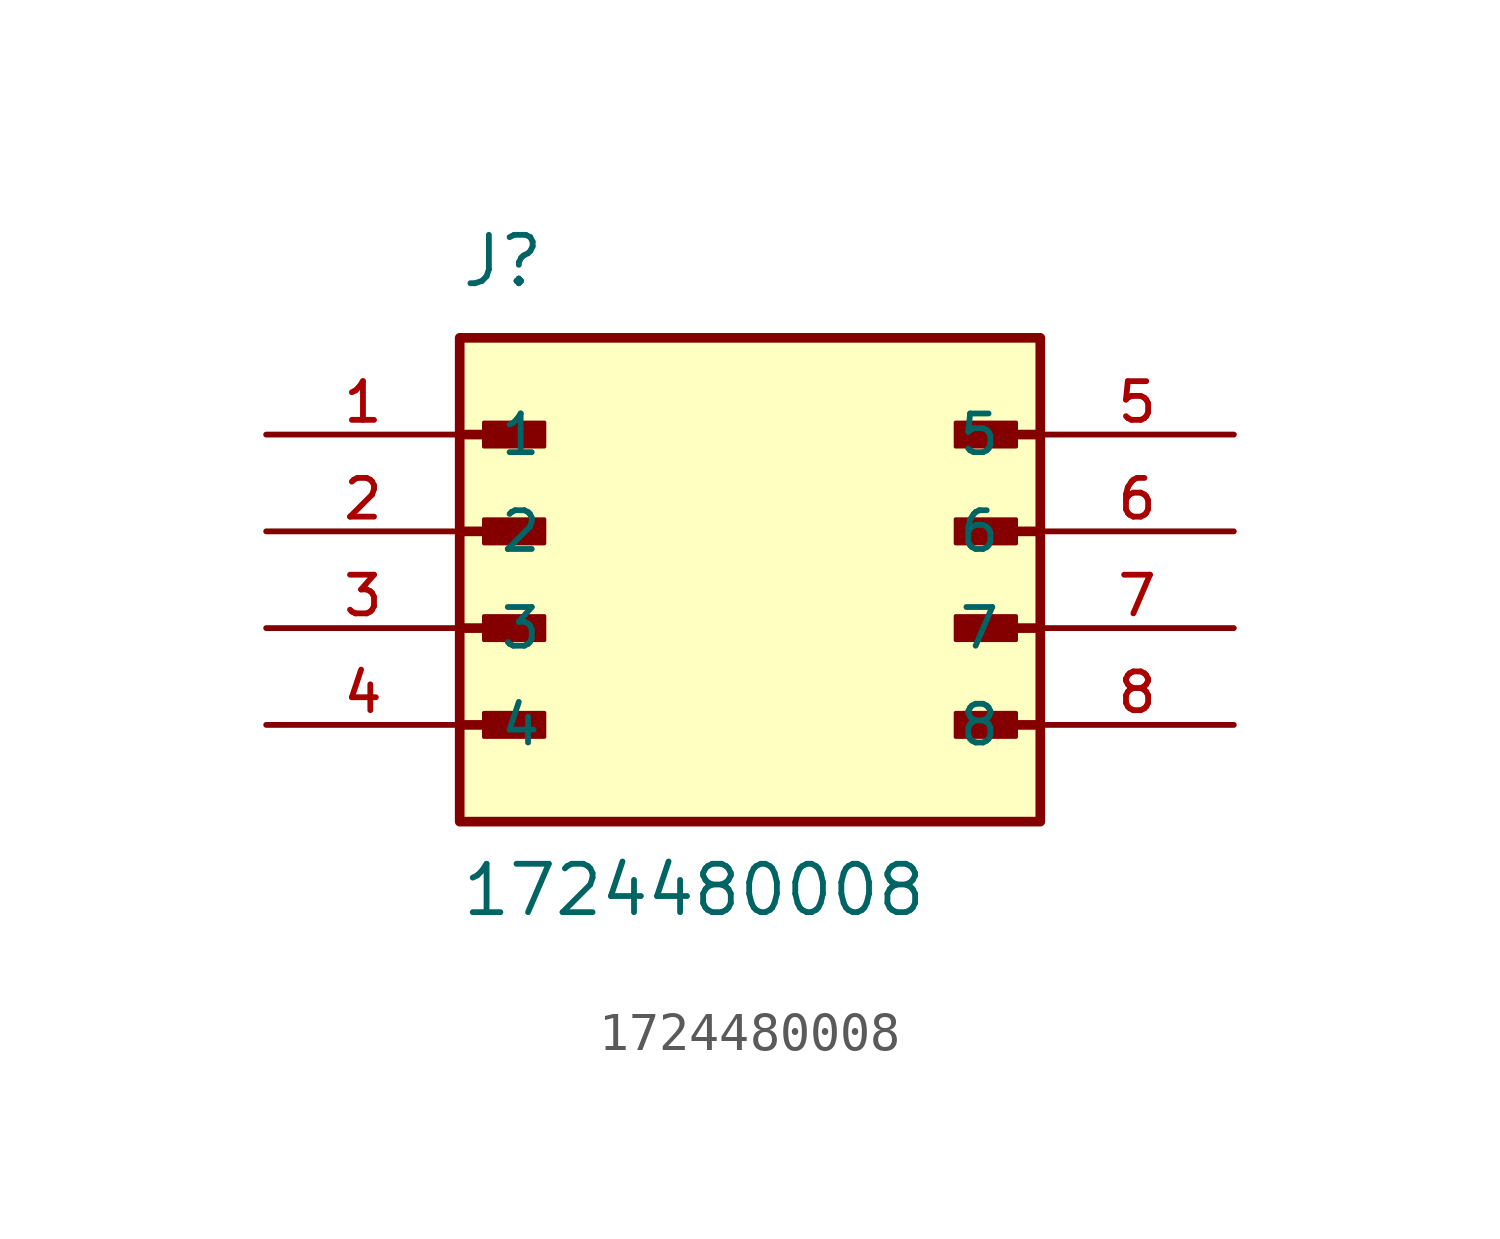
<source format=kicad_sym>
(kicad_symbol_lib
  (version 20211014)
  (generator kicad_symbol_editor)
  (symbol "1724480008"
    (pin_names
      (offset 1.016))
    (property "Reference" "J"
      (at -7.62 6.35 0)
      (effects (font (size 1.27 1.27)) (justify bottom left)))
    (property "Value" "1724480008"
      (at -7.62 -10.16 0)
      (effects (font (size 1.27 1.27)) (justify bottom left)))
    (symbol "1724480008_0_0"
      (polyline (pts (xy -7.62 2.54) (xy -5.715 2.54)) (stroke (width 0.254)))
      (rectangle (start -6.985 2.223) (end -5.397 2.857) (stroke (width 0.1)) (fill (type outline)))
      (polyline (pts (xy -7.62 0.0) (xy -5.715 0.0)) (stroke (width 0.254)))
      (rectangle (start -6.985 -0.318) (end -5.397 0.318) (stroke (width 0.1)) (fill (type outline)))
      (polyline (pts (xy -7.62 -2.54) (xy -5.715 -2.54)) (stroke (width 0.254)))
      (rectangle (start -6.985 -2.857) (end -5.397 -2.223) (stroke (width 0.1)) (fill (type outline)))
      (polyline (pts (xy -7.62 -5.08) (xy -5.715 -5.08)) (stroke (width 0.254)))
      (rectangle (start -6.985 -5.397) (end -5.397 -4.763) (stroke (width 0.1)) (fill (type outline)))
      (polyline (pts (xy 7.62 -5.08) (xy 5.715 -5.08)) (stroke (width 0.254)))
      (rectangle (start 5.397 -5.397) (end 6.985 -4.763) (stroke (width 0.1)) (fill (type outline)))
      (polyline (pts (xy 7.62 -2.54) (xy 5.715 -2.54)) (stroke (width 0.254)))
      (rectangle (start 5.397 -2.857) (end 6.985 -2.223) (stroke (width 0.1)) (fill (type outline)))
      (polyline (pts (xy 7.62 0.0) (xy 5.715 0.0)) (stroke (width 0.254)))
      (rectangle (start 5.397 -0.318) (end 6.985 0.318) (stroke (width 0.1)) (fill (type outline)))
      (polyline (pts (xy 7.62 2.54) (xy 5.715 2.54)) (stroke (width 0.254)))
      (rectangle (start 5.397 2.223) (end 6.985 2.857) (stroke (width 0.1)) (fill (type outline)))
      (rectangle (start -7.62 -7.62) (end 7.62 5.08) (stroke (width 0.254)) (fill (type background)))
      (pin passive line (at -12.7 2.54 0) (length 5.08) (name "1" (effects (font (size 1.016 1.016)))) (number "1" (effects (font (size 1.016 1.016)))))
      (pin passive line (at -12.7 0.0 0) (length 5.08) (name "2" (effects (font (size 1.016 1.016)))) (number "2" (effects (font (size 1.016 1.016)))))
      (pin passive line (at -12.7 -2.54 0) (length 5.08) (name "3" (effects (font (size 1.016 1.016)))) (number "3" (effects (font (size 1.016 1.016)))))
      (pin passive line (at -12.7 -5.08 0) (length 5.08) (name "4" (effects (font (size 1.016 1.016)))) (number "4" (effects (font (size 1.016 1.016)))))
      (pin passive line (at 12.7 2.54 180.0) (length 5.08) (name "5" (effects (font (size 1.016 1.016)))) (number "5" (effects (font (size 1.016 1.016)))))
      (pin passive line (at 12.7 0.0 180.0) (length 5.08) (name "6" (effects (font (size 1.016 1.016)))) (number "6" (effects (font (size 1.016 1.016)))))
      (pin passive line (at 12.7 -2.54 180.0) (length 5.08) (name "7" (effects (font (size 1.016 1.016)))) (number "7" (effects (font (size 1.016 1.016)))))
      (pin passive line (at 12.7 -5.08 180.0) (length 5.08) (name "8" (effects (font (size 1.016 1.016)))) (number "8" (effects (font (size 1.016 1.016))))))))
</source>
